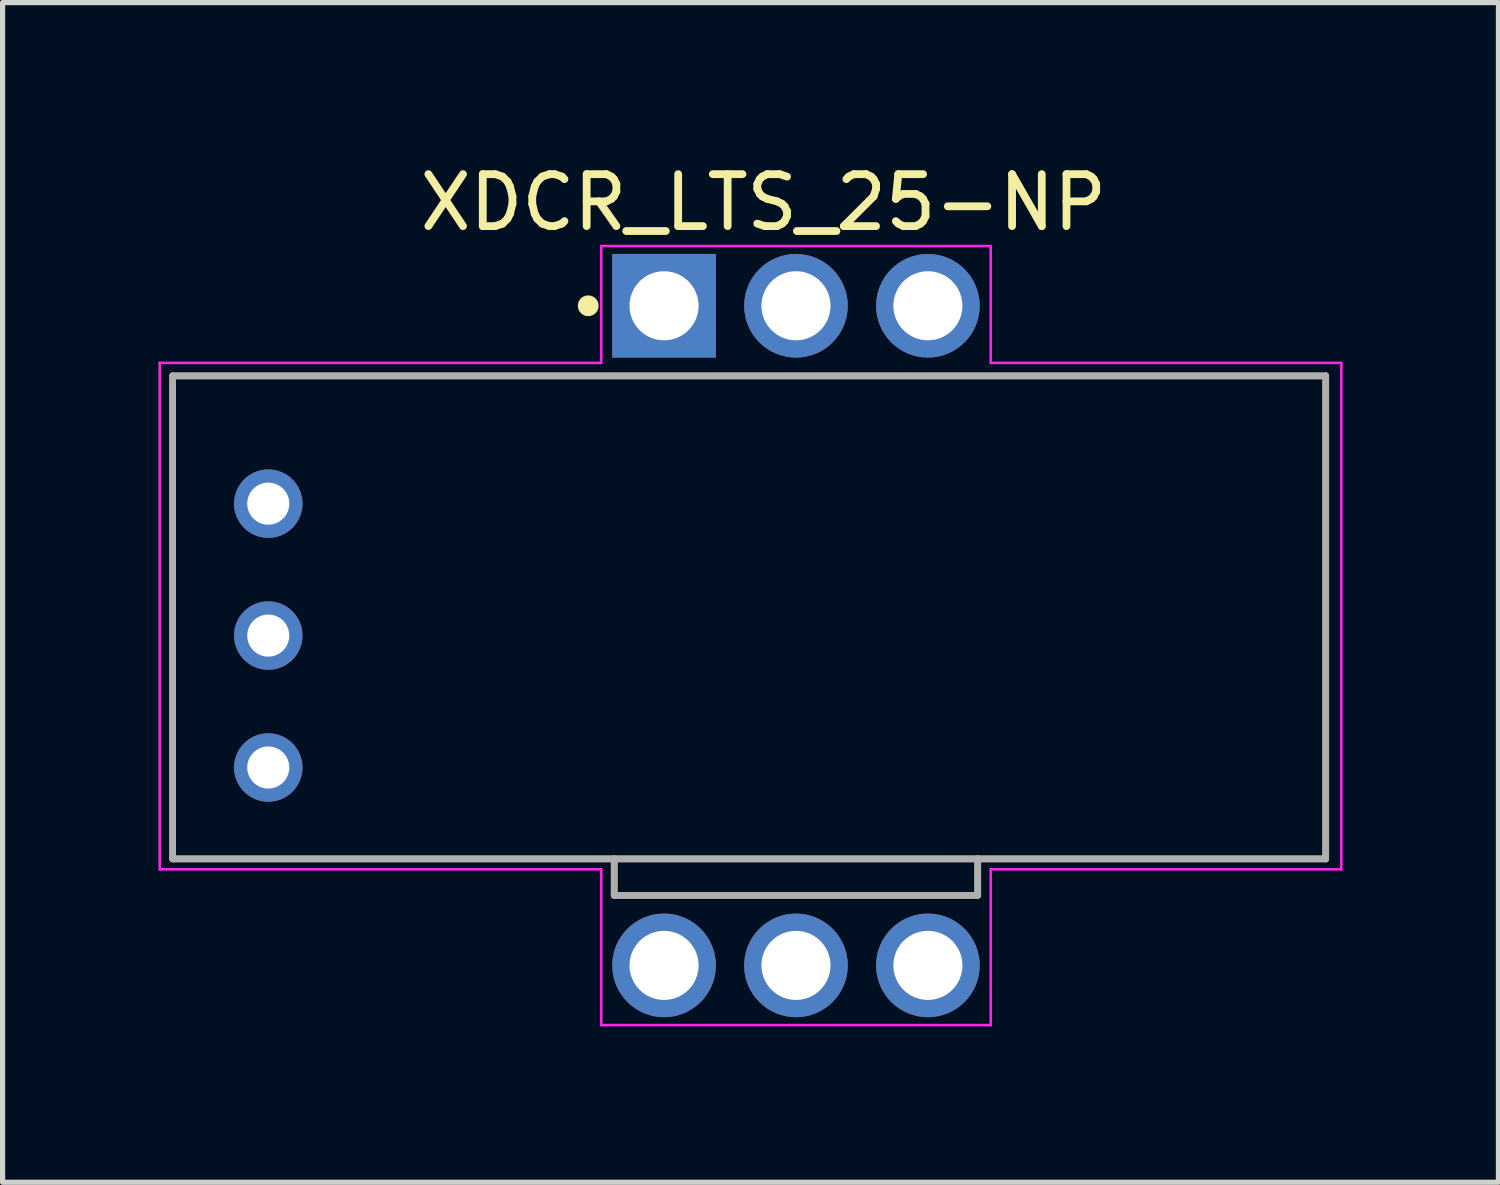
<source format=kicad_pcb>
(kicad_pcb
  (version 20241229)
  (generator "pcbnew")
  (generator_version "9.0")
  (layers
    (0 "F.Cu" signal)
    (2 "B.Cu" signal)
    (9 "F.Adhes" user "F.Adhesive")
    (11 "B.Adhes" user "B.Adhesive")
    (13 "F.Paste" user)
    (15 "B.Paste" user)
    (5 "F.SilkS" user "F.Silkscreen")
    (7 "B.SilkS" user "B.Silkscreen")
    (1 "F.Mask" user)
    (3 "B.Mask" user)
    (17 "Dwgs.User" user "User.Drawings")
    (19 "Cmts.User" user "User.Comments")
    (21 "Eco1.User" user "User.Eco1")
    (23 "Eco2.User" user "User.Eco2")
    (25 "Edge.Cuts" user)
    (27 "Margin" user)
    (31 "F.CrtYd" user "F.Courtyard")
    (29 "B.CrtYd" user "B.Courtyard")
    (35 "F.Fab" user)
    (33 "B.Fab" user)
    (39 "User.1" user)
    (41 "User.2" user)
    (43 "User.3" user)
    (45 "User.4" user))
  (footprint "XDCR_LTS_25-NP"
    (layer "F.Cu")
    (at 11.375 9.187)
    (property "Reference" "XDCR_LTS_25-NP" (at 0.275 -8.339 0) (layer "F.SilkS") (effects (font (size 1 1) (thickness 0.15))))
    (attr through_hole)
    (fp_line (start -11.1 -5) (end 11.1 -5) (stroke (width 0.127) (type solid)) (layer "F.SilkS"))
    (fp_line (start -11.1 4.3) (end -11.1 -5) (stroke (width 0.127) (type solid)) (layer "F.SilkS"))
    (fp_line (start -2.6 4.3) (end -11.1 4.3) (stroke (width 0.127) (type solid)) (layer "F.SilkS"))
    (fp_line (start -2.6 4.3) (end -2.6 5) (stroke (width 0.127) (type solid)) (layer "F.SilkS"))
    (fp_line (start -2.6 5) (end 4.4 5) (stroke (width 0.127) (type solid)) (layer "F.SilkS"))
    (fp_line (start 4.4 4.3) (end -2.6 4.3) (stroke (width 0.127) (type solid)) (layer "F.SilkS"))
    (fp_line (start 4.4 5) (end 4.4 4.3) (stroke (width 0.127) (type solid)) (layer "F.SilkS"))
    (fp_line (start 11.1 -5) (end 11.1 4.3) (stroke (width 0.127) (type solid)) (layer "F.SilkS"))
    (fp_line (start 11.1 4.3) (end 4.4 4.3) (stroke (width 0.127) (type solid)) (layer "F.SilkS"))
    (fp_circle (center -3.1 -6.35) (end -3 -6.35) (stroke (width 0.2) (type solid)) (fill no) (layer "F.SilkS"))
    (fp_line (start -11.35 -5.25) (end -2.85 -5.25) (stroke (width 0.05) (type solid)) (layer "F.CrtYd"))
    (fp_line (start -11.35 4.5) (end -11.35 -5.25) (stroke (width 0.05) (type solid)) (layer "F.CrtYd"))
    (fp_line (start -2.85 -7.5) (end 4.65 -7.5) (stroke (width 0.05) (type solid)) (layer "F.CrtYd"))
    (fp_line (start -2.85 -5.25) (end -2.85 -7.5) (stroke (width 0.05) (type solid)) (layer "F.CrtYd"))
    (fp_line (start -2.85 4.5) (end -11.35 4.5) (stroke (width 0.05) (type solid)) (layer "F.CrtYd"))
    (fp_line (start -2.85 7.5) (end -2.85 4.5) (stroke (width 0.05) (type solid)) (layer "F.CrtYd"))
    (fp_line (start 4.65 -7.5) (end 4.65 -5.25) (stroke (width 0.05) (type solid)) (layer "F.CrtYd"))
    (fp_line (start 4.65 -5.25) (end 11.4 -5.25) (stroke (width 0.05) (type solid)) (layer "F.CrtYd"))
    (fp_line (start 4.65 4.5) (end 4.65 7.5) (stroke (width 0.05) (type solid)) (layer "F.CrtYd"))
    (fp_line (start 4.65 7.5) (end -2.85 7.5) (stroke (width 0.05) (type solid)) (layer "F.CrtYd"))
    (fp_line (start 11.4 -5.25) (end 11.4 4.5) (stroke (width 0.05) (type solid)) (layer "F.CrtYd"))
    (fp_line (start 11.4 4.5) (end 4.65 4.5) (stroke (width 0.05) (type solid)) (layer "F.CrtYd"))
    (fp_line (start -11.1 -5) (end 11.1 -5) (stroke (width 0.127) (type solid)) (layer "F.Fab"))
    (fp_line (start -11.1 4.3) (end -11.1 -5) (stroke (width 0.127) (type solid)) (layer "F.Fab"))
    (fp_line (start -2.6 4.3) (end -11.1 4.3) (stroke (width 0.127) (type solid)) (layer "F.Fab"))
    (fp_line (start -2.6 4.3) (end -2.6 5) (stroke (width 0.127) (type solid)) (layer "F.Fab"))
    (fp_line (start -2.6 5) (end 4.4 5) (stroke (width 0.127) (type solid)) (layer "F.Fab"))
    (fp_line (start 4.4 4.3) (end -2.6 4.3) (stroke (width 0.127) (type solid)) (layer "F.Fab"))
    (fp_line (start 4.4 5) (end 4.4 4.3) (stroke (width 0.127) (type solid)) (layer "F.Fab"))
    (fp_line (start 11.1 -5) (end 11.1 4.3) (stroke (width 0.127) (type solid)) (layer "F.Fab"))
    (fp_line (start 11.1 4.3) (end 4.4 4.3) (stroke (width 0.127) (type solid)) (layer "F.Fab"))
    (fp_circle (center -1.64 -6.35) (end -1.54 -6.35) (stroke (width 0.2) (type solid)) (fill no) (layer "F.Fab"))
    (pad "+5V" thru_hole circle (at -9.26 -2.54) (size 1.318 1.318) (drill 0.81) (layers "*.Cu" "*.Mask"))
    (pad "0V" thru_hole circle (at -9.26 0) (size 1.318 1.318) (drill 0.81) (layers "*.Cu" "*.Mask"))
    (pad "1" thru_hole rect (at -1.64 -6.35) (size 1.995 1.995) (drill 1.33) (layers "*.Cu" "*.Mask"))
    (pad "2" thru_hole circle (at 0.9 -6.35) (size 1.995 1.995) (drill 1.33) (layers "*.Cu" "*.Mask"))
    (pad "3" thru_hole circle (at 3.44 -6.35) (size 1.995 1.995) (drill 1.33) (layers "*.Cu" "*.Mask"))
    (pad "4" thru_hole circle (at 3.44 6.35) (size 1.995 1.995) (drill 1.33) (layers "*.Cu" "*.Mask"))
    (pad "5" thru_hole circle (at 0.9 6.35) (size 1.995 1.995) (drill 1.33) (layers "*.Cu" "*.Mask"))
    (pad "6" thru_hole circle (at -1.64 6.35) (size 1.995 1.995) (drill 1.33) (layers "*.Cu" "*.Mask"))
    (pad "OUT" thru_hole circle (at -9.26 2.54) (size 1.318 1.318) (drill 0.81) (layers "*.Cu" "*.Mask")))
  (gr_rect
    (start -3 -3)
    (end 25.8 19.712)
    (stroke (width 0.1) (type default))
    (fill no)
    (layer "Edge.Cuts")))
</source>
